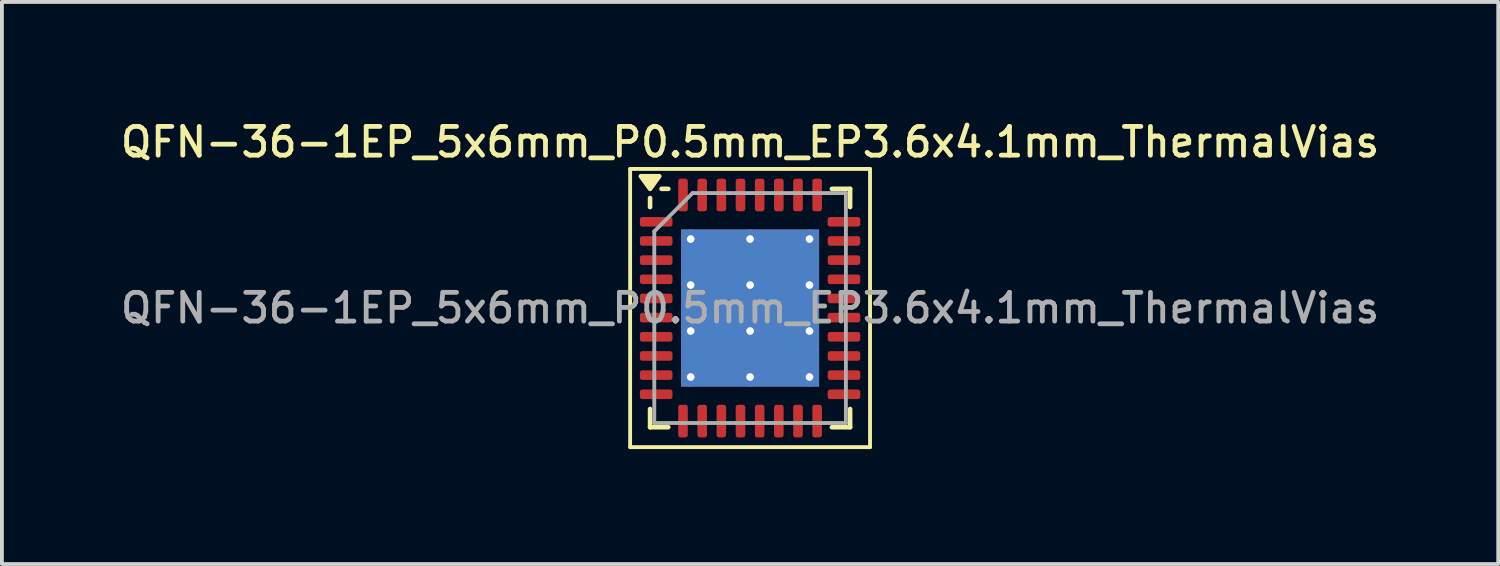
<source format=kicad_pcb>
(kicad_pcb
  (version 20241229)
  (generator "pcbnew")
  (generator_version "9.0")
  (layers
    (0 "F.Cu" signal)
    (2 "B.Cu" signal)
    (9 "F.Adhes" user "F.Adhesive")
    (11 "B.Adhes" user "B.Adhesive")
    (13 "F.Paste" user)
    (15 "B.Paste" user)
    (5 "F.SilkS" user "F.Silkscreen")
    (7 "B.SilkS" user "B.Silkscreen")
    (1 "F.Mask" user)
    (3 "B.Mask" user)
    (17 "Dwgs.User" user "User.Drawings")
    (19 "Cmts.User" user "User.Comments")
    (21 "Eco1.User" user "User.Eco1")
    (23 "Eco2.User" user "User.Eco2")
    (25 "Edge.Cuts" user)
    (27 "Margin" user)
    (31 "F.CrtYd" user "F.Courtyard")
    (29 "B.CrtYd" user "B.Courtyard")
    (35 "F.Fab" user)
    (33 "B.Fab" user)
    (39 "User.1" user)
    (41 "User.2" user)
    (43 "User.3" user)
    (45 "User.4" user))
  (footprint "QFN-36-1EP_5x6mm_P0.5mm_EP3.6x4.1mm_ThermalVias"
    (layer "F.Cu")
    (at 16.523 4.988)
    (property "Reference" "QFN-36-1EP_5x6mm_P0.5mm_EP3.6x4.1mm_ThermalVias" (at 0 -4.33 0) (layer "F.SilkS") (effects (font (size 0.75 0.75) (thickness 0.125))))
    (attr smd)
    (fp_line (start -3.13 -3.63) (end -3.13 3.63) (stroke (width 0.1) (type solid)) (layer "F.SilkS"))
    (fp_line (start -3.13 3.63) (end 3.13 3.63) (stroke (width 0.1) (type solid)) (layer "F.SilkS"))
    (fp_line (start -2.61 -2.635) (end -2.61 -2.87) (stroke (width 0.12) (type solid)) (layer "F.SilkS"))
    (fp_line (start -2.61 3.11) (end -2.61 2.635) (stroke (width 0.12) (type solid)) (layer "F.SilkS"))
    (fp_line (start -2.135 -3.11) (end -2.31 -3.11) (stroke (width 0.12) (type solid)) (layer "F.SilkS"))
    (fp_line (start -2.135 3.11) (end -2.61 3.11) (stroke (width 0.12) (type solid)) (layer "F.SilkS"))
    (fp_line (start 2.135 -3.11) (end 2.61 -3.11) (stroke (width 0.12) (type solid)) (layer "F.SilkS"))
    (fp_line (start 2.135 3.11) (end 2.61 3.11) (stroke (width 0.12) (type solid)) (layer "F.SilkS"))
    (fp_line (start 2.61 -3.11) (end 2.61 -2.635) (stroke (width 0.12) (type solid)) (layer "F.SilkS"))
    (fp_line (start 2.61 3.11) (end 2.61 2.635) (stroke (width 0.12) (type solid)) (layer "F.SilkS"))
    (fp_line (start 3.13 -3.63) (end -3.13 -3.63) (stroke (width 0.1) (type solid)) (layer "F.SilkS"))
    (fp_line (start 3.13 3.63) (end 3.13 -3.63) (stroke (width 0.1) (type solid)) (layer "F.SilkS"))
    (fp_poly (pts (xy -2.61 -3.11) (xy -2.85 -3.44) (xy -2.37 -3.44) (xy -2.61 -3.11)) (stroke (width 0.12) (type solid)) (fill yes) (layer "F.SilkS"))
    (fp_line (start -2.5 -2) (end -1.5 -3) (stroke (width 0.1) (type solid)) (layer "F.Fab"))
    (fp_line (start -2.5 3) (end -2.5 -2) (stroke (width 0.1) (type solid)) (layer "F.Fab"))
    (fp_line (start -1.5 -3) (end 2.5 -3) (stroke (width 0.1) (type solid)) (layer "F.Fab"))
    (fp_line (start 2.5 -3) (end 2.5 3) (stroke (width 0.1) (type solid)) (layer "F.Fab"))
    (fp_line (start 2.5 3) (end -2.5 3) (stroke (width 0.1) (type solid)) (layer "F.Fab"))
    (fp_text user "${REFERENCE}" (at 0 0 0) (layer "F.Fab") (effects (font (size 0.75 0.75) (thickness 0.125))))
    (pad "" smd roundrect (at -0.775 -1.2) (size 1.394 1.059) (layers "F.Paste") (roundrect_rratio 0.236))
    (pad "" smd roundrect (at -0.775 0) (size 1.394 1.059) (layers "F.Paste") (roundrect_rratio 0.236))
    (pad "" smd roundrect (at -0.775 1.2) (size 1.394 1.059) (layers "F.Paste") (roundrect_rratio 0.236))
    (pad "" smd roundrect (at 0.775 -1.2) (size 1.394 1.059) (layers "F.Paste") (roundrect_rratio 0.236))
    (pad "" smd roundrect (at 0.775 0) (size 1.394 1.059) (layers "F.Paste") (roundrect_rratio 0.236))
    (pad "" smd roundrect (at 0.775 1.2) (size 1.394 1.059) (layers "F.Paste") (roundrect_rratio 0.236))
    (pad "1" smd roundrect (at -2.45 -2.25) (size 0.85 0.25) (layers "F.Cu" "F.Mask" "F.Paste") (roundrect_rratio 0.25))
    (pad "2" smd roundrect (at -2.45 -1.75) (size 0.85 0.25) (layers "F.Cu" "F.Mask" "F.Paste") (roundrect_rratio 0.25))
    (pad "3" smd roundrect (at -2.45 -1.25) (size 0.85 0.25) (layers "F.Cu" "F.Mask" "F.Paste") (roundrect_rratio 0.25))
    (pad "4" smd roundrect (at -2.45 -0.75) (size 0.85 0.25) (layers "F.Cu" "F.Mask" "F.Paste") (roundrect_rratio 0.25))
    (pad "5" smd roundrect (at -2.45 -0.25) (size 0.85 0.25) (layers "F.Cu" "F.Mask" "F.Paste") (roundrect_rratio 0.25))
    (pad "6" smd roundrect (at -2.45 0.25) (size 0.85 0.25) (layers "F.Cu" "F.Mask" "F.Paste") (roundrect_rratio 0.25))
    (pad "7" smd roundrect (at -2.45 0.75) (size 0.85 0.25) (layers "F.Cu" "F.Mask" "F.Paste") (roundrect_rratio 0.25))
    (pad "8" smd roundrect (at -2.45 1.25) (size 0.85 0.25) (layers "F.Cu" "F.Mask" "F.Paste") (roundrect_rratio 0.25))
    (pad "9" smd roundrect (at -2.45 1.75) (size 0.85 0.25) (layers "F.Cu" "F.Mask" "F.Paste") (roundrect_rratio 0.25))
    (pad "10" smd roundrect (at -2.45 2.25) (size 0.85 0.25) (layers "F.Cu" "F.Mask" "F.Paste") (roundrect_rratio 0.25))
    (pad "11" smd roundrect (at -1.75 2.95) (size 0.25 0.85) (layers "F.Cu" "F.Mask" "F.Paste") (roundrect_rratio 0.25))
    (pad "12" smd roundrect (at -1.25 2.95) (size 0.25 0.85) (layers "F.Cu" "F.Mask" "F.Paste") (roundrect_rratio 0.25))
    (pad "13" smd roundrect (at -0.75 2.95) (size 0.25 0.85) (layers "F.Cu" "F.Mask" "F.Paste") (roundrect_rratio 0.25))
    (pad "14" smd roundrect (at -0.25 2.95) (size 0.25 0.85) (layers "F.Cu" "F.Mask" "F.Paste") (roundrect_rratio 0.25))
    (pad "15" smd roundrect (at 0.25 2.95) (size 0.25 0.85) (layers "F.Cu" "F.Mask" "F.Paste") (roundrect_rratio 0.25))
    (pad "16" smd roundrect (at 0.75 2.95) (size 0.25 0.85) (layers "F.Cu" "F.Mask" "F.Paste") (roundrect_rratio 0.25))
    (pad "17" smd roundrect (at 1.25 2.95) (size 0.25 0.85) (layers "F.Cu" "F.Mask" "F.Paste") (roundrect_rratio 0.25))
    (pad "18" smd roundrect (at 1.75 2.95) (size 0.25 0.85) (layers "F.Cu" "F.Mask" "F.Paste") (roundrect_rratio 0.25))
    (pad "19" smd roundrect (at 2.45 2.25) (size 0.85 0.25) (layers "F.Cu" "F.Mask" "F.Paste") (roundrect_rratio 0.25))
    (pad "20" smd roundrect (at 2.45 1.75) (size 0.85 0.25) (layers "F.Cu" "F.Mask" "F.Paste") (roundrect_rratio 0.25))
    (pad "21" smd roundrect (at 2.45 1.25) (size 0.85 0.25) (layers "F.Cu" "F.Mask" "F.Paste") (roundrect_rratio 0.25))
    (pad "22" smd roundrect (at 2.45 0.75) (size 0.85 0.25) (layers "F.Cu" "F.Mask" "F.Paste") (roundrect_rratio 0.25))
    (pad "23" smd roundrect (at 2.45 0.25) (size 0.85 0.25) (layers "F.Cu" "F.Mask" "F.Paste") (roundrect_rratio 0.25))
    (pad "24" smd roundrect (at 2.45 -0.25) (size 0.85 0.25) (layers "F.Cu" "F.Mask" "F.Paste") (roundrect_rratio 0.25))
    (pad "25" smd roundrect (at 2.45 -0.75) (size 0.85 0.25) (layers "F.Cu" "F.Mask" "F.Paste") (roundrect_rratio 0.25))
    (pad "26" smd roundrect (at 2.45 -1.25) (size 0.85 0.25) (layers "F.Cu" "F.Mask" "F.Paste") (roundrect_rratio 0.25))
    (pad "27" smd roundrect (at 2.45 -1.75) (size 0.85 0.25) (layers "F.Cu" "F.Mask" "F.Paste") (roundrect_rratio 0.25))
    (pad "28" smd roundrect (at 2.45 -2.25) (size 0.85 0.25) (layers "F.Cu" "F.Mask" "F.Paste") (roundrect_rratio 0.25))
    (pad "29" smd roundrect (at 1.75 -2.95) (size 0.25 0.85) (layers "F.Cu" "F.Mask" "F.Paste") (roundrect_rratio 0.25))
    (pad "30" smd roundrect (at 1.25 -2.95) (size 0.25 0.85) (layers "F.Cu" "F.Mask" "F.Paste") (roundrect_rratio 0.25))
    (pad "31" smd roundrect (at 0.75 -2.95) (size 0.25 0.85) (layers "F.Cu" "F.Mask" "F.Paste") (roundrect_rratio 0.25))
    (pad "32" smd roundrect (at 0.25 -2.95) (size 0.25 0.85) (layers "F.Cu" "F.Mask" "F.Paste") (roundrect_rratio 0.25))
    (pad "33" smd roundrect (at -0.25 -2.95) (size 0.25 0.85) (layers "F.Cu" "F.Mask" "F.Paste") (roundrect_rratio 0.25))
    (pad "34" smd roundrect (at -0.75 -2.95) (size 0.25 0.85) (layers "F.Cu" "F.Mask" "F.Paste") (roundrect_rratio 0.25))
    (pad "35" smd roundrect (at -1.25 -2.95) (size 0.25 0.85) (layers "F.Cu" "F.Mask" "F.Paste") (roundrect_rratio 0.25))
    (pad "36" smd roundrect (at -1.75 -2.95) (size 0.25 0.85) (layers "F.Cu" "F.Mask" "F.Paste") (roundrect_rratio 0.25))
    (pad "37" thru_hole circle (at -1.55 -1.8) (size 0.5 0.5) (drill 0.2) (property pad_prop_heatsink) (layers "*.Cu"))
    (pad "37" thru_hole circle (at -1.55 -0.6) (size 0.5 0.5) (drill 0.2) (property pad_prop_heatsink) (layers "*.Cu"))
    (pad "37" thru_hole circle (at -1.55 0.6) (size 0.5 0.5) (drill 0.2) (property pad_prop_heatsink) (layers "*.Cu"))
    (pad "37" thru_hole circle (at -1.55 1.8) (size 0.5 0.5) (drill 0.2) (property pad_prop_heatsink) (layers "*.Cu"))
    (pad "37" thru_hole circle (at 0 -1.8) (size 0.5 0.5) (drill 0.2) (property pad_prop_heatsink) (layers "*.Cu"))
    (pad "37" thru_hole circle (at 0 -0.6) (size 0.5 0.5) (drill 0.2) (property pad_prop_heatsink) (layers "*.Cu"))
    (pad "37" smd rect (at 0 0) (size 3.6 4.1) (property pad_prop_heatsink) (layers "F.Cu" "F.Mask"))
    (pad "37" smd rect (at 0 0) (size 3.6 4.1) (property pad_prop_heatsink) (layers "B.Cu"))
    (pad "37" thru_hole circle (at 0 0.6) (size 0.5 0.5) (drill 0.2) (property pad_prop_heatsink) (layers "*.Cu"))
    (pad "37" thru_hole circle (at 0 1.8) (size 0.5 0.5) (drill 0.2) (property pad_prop_heatsink) (layers "*.Cu"))
    (pad "37" thru_hole circle (at 1.55 -1.8) (size 0.5 0.5) (drill 0.2) (property pad_prop_heatsink) (layers "*.Cu"))
    (pad "37" thru_hole circle (at 1.55 -0.6) (size 0.5 0.5) (drill 0.2) (property pad_prop_heatsink) (layers "*.Cu"))
    (pad "37" thru_hole circle (at 1.55 0.6) (size 0.5 0.5) (drill 0.2) (property pad_prop_heatsink) (layers "*.Cu"))
    (pad "37" thru_hole circle (at 1.55 1.8) (size 0.5 0.5) (drill 0.2) (property pad_prop_heatsink) (layers "*.Cu")))
  (gr_rect
    (start -3 -3)
    (end 36.046 11.668)
    (stroke (width 0.1) (type default))
    (fill no)
    (layer "Edge.Cuts")))
</source>
